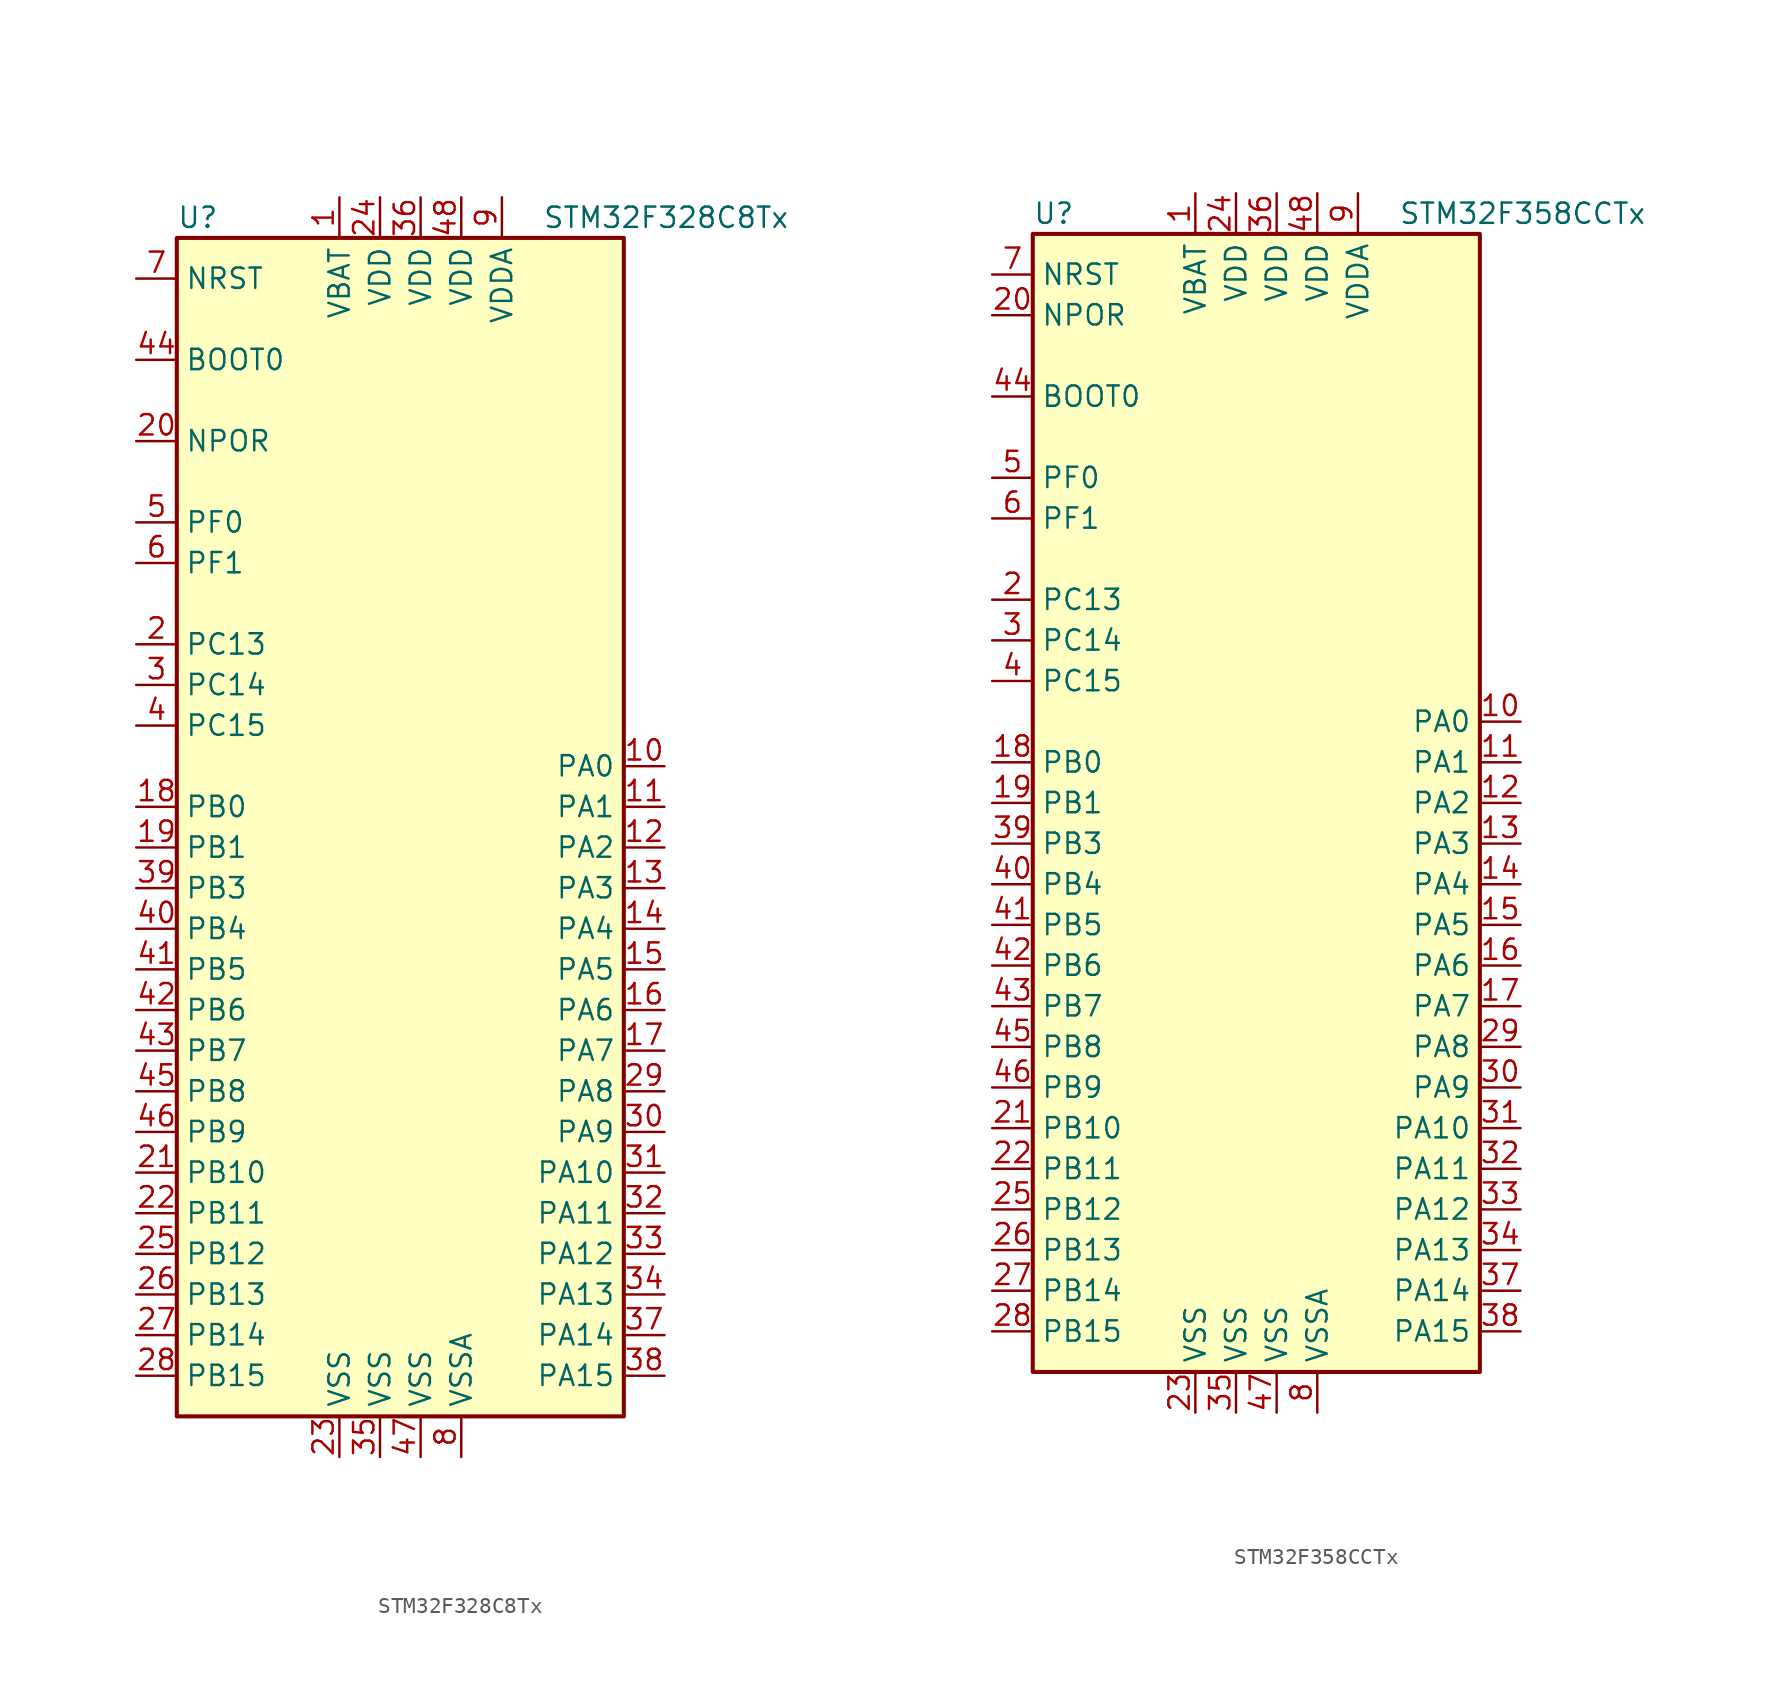
<source format=kicad_sym>
(kicad_symbol_lib
  (version 20201005)
  (generator kicad_symbol_editor)
  (symbol "STM32F328C8Tx"
    (property "Reference" "U"
      (at -15.24 36.83 0)
      (effects (font (size 1.27 1.27)) (justify left)))
    (property "Value" "STM32F328C8Tx"
      (at 7.62 36.83 0)
      (effects (font (size 1.27 1.27)) (justify left)))
    (symbol "STM32F328C8Tx_0_1"
      (rectangle (start -15.24 -38.1) (end 12.7 35.56) (stroke (width 0.254)) (fill (type background))))
    (symbol "STM32F328C8Tx_1_1"
      (pin input line (at -17.78 27.94 0) (length 2.54) (name "BOOT0" (effects (font (size 1.27 1.27)))) (number "44" (effects (font (size 1.27 1.27)))))
      (pin power_in line (at -17.78 22.86 0) (length 2.54) (name "NPOR" (effects (font (size 1.27 1.27)))) (number "20" (effects (font (size 1.27 1.27)))))
      (pin input line (at -17.78 33.02 0) (length 2.54) (name "NRST" (effects (font (size 1.27 1.27)))) (number "7" (effects (font (size 1.27 1.27)))))
      (pin bidirectional line (at 15.24 2.54 180) (length 2.54) (name "PA0" (effects (font (size 1.27 1.27)))) (number "10" (effects (font (size 1.27 1.27)))))
      (pin bidirectional line (at 15.24 0 180) (length 2.54) (name "PA1" (effects (font (size 1.27 1.27)))) (number "11" (effects (font (size 1.27 1.27)))))
      (pin bidirectional line (at 15.24 -22.86 180) (length 2.54) (name "PA10" (effects (font (size 1.27 1.27)))) (number "31" (effects (font (size 1.27 1.27)))))
      (pin bidirectional line (at 15.24 -25.4 180) (length 2.54) (name "PA11" (effects (font (size 1.27 1.27)))) (number "32" (effects (font (size 1.27 1.27)))))
      (pin bidirectional line (at 15.24 -27.94 180) (length 2.54) (name "PA12" (effects (font (size 1.27 1.27)))) (number "33" (effects (font (size 1.27 1.27)))))
      (pin bidirectional line (at 15.24 -30.48 180) (length 2.54) (name "PA13" (effects (font (size 1.27 1.27)))) (number "34" (effects (font (size 1.27 1.27)))))
      (pin bidirectional line (at 15.24 -33.02 180) (length 2.54) (name "PA14" (effects (font (size 1.27 1.27)))) (number "37" (effects (font (size 1.27 1.27)))))
      (pin bidirectional line (at 15.24 -35.56 180) (length 2.54) (name "PA15" (effects (font (size 1.27 1.27)))) (number "38" (effects (font (size 1.27 1.27)))))
      (pin bidirectional line (at 15.24 -2.54 180) (length 2.54) (name "PA2" (effects (font (size 1.27 1.27)))) (number "12" (effects (font (size 1.27 1.27)))))
      (pin bidirectional line (at 15.24 -5.08 180) (length 2.54) (name "PA3" (effects (font (size 1.27 1.27)))) (number "13" (effects (font (size 1.27 1.27)))))
      (pin bidirectional line (at 15.24 -7.62 180) (length 2.54) (name "PA4" (effects (font (size 1.27 1.27)))) (number "14" (effects (font (size 1.27 1.27)))))
      (pin bidirectional line (at 15.24 -10.16 180) (length 2.54) (name "PA5" (effects (font (size 1.27 1.27)))) (number "15" (effects (font (size 1.27 1.27)))))
      (pin bidirectional line (at 15.24 -12.7 180) (length 2.54) (name "PA6" (effects (font (size 1.27 1.27)))) (number "16" (effects (font (size 1.27 1.27)))))
      (pin bidirectional line (at 15.24 -15.24 180) (length 2.54) (name "PA7" (effects (font (size 1.27 1.27)))) (number "17" (effects (font (size 1.27 1.27)))))
      (pin bidirectional line (at 15.24 -17.78 180) (length 2.54) (name "PA8" (effects (font (size 1.27 1.27)))) (number "29" (effects (font (size 1.27 1.27)))))
      (pin bidirectional line (at 15.24 -20.32 180) (length 2.54) (name "PA9" (effects (font (size 1.27 1.27)))) (number "30" (effects (font (size 1.27 1.27)))))
      (pin bidirectional line (at -17.78 0 0) (length 2.54) (name "PB0" (effects (font (size 1.27 1.27)))) (number "18" (effects (font (size 1.27 1.27)))))
      (pin bidirectional line (at -17.78 -2.54 0) (length 2.54) (name "PB1" (effects (font (size 1.27 1.27)))) (number "19" (effects (font (size 1.27 1.27)))))
      (pin bidirectional line (at -17.78 -22.86 0) (length 2.54) (name "PB10" (effects (font (size 1.27 1.27)))) (number "21" (effects (font (size 1.27 1.27)))))
      (pin bidirectional line (at -17.78 -25.4 0) (length 2.54) (name "PB11" (effects (font (size 1.27 1.27)))) (number "22" (effects (font (size 1.27 1.27)))))
      (pin bidirectional line (at -17.78 -27.94 0) (length 2.54) (name "PB12" (effects (font (size 1.27 1.27)))) (number "25" (effects (font (size 1.27 1.27)))))
      (pin bidirectional line (at -17.78 -30.48 0) (length 2.54) (name "PB13" (effects (font (size 1.27 1.27)))) (number "26" (effects (font (size 1.27 1.27)))))
      (pin bidirectional line (at -17.78 -33.02 0) (length 2.54) (name "PB14" (effects (font (size 1.27 1.27)))) (number "27" (effects (font (size 1.27 1.27)))))
      (pin bidirectional line (at -17.78 -35.56 0) (length 2.54) (name "PB15" (effects (font (size 1.27 1.27)))) (number "28" (effects (font (size 1.27 1.27)))))
      (pin bidirectional line (at -17.78 -5.08 0) (length 2.54) (name "PB3" (effects (font (size 1.27 1.27)))) (number "39" (effects (font (size 1.27 1.27)))))
      (pin bidirectional line (at -17.78 -7.62 0) (length 2.54) (name "PB4" (effects (font (size 1.27 1.27)))) (number "40" (effects (font (size 1.27 1.27)))))
      (pin bidirectional line (at -17.78 -10.16 0) (length 2.54) (name "PB5" (effects (font (size 1.27 1.27)))) (number "41" (effects (font (size 1.27 1.27)))))
      (pin bidirectional line (at -17.78 -12.7 0) (length 2.54) (name "PB6" (effects (font (size 1.27 1.27)))) (number "42" (effects (font (size 1.27 1.27)))))
      (pin bidirectional line (at -17.78 -15.24 0) (length 2.54) (name "PB7" (effects (font (size 1.27 1.27)))) (number "43" (effects (font (size 1.27 1.27)))))
      (pin bidirectional line (at -17.78 -17.78 0) (length 2.54) (name "PB8" (effects (font (size 1.27 1.27)))) (number "45" (effects (font (size 1.27 1.27)))))
      (pin bidirectional line (at -17.78 -20.32 0) (length 2.54) (name "PB9" (effects (font (size 1.27 1.27)))) (number "46" (effects (font (size 1.27 1.27)))))
      (pin bidirectional line (at -17.78 10.16 0) (length 2.54) (name "PC13" (effects (font (size 1.27 1.27)))) (number "2" (effects (font (size 1.27 1.27)))))
      (pin bidirectional line (at -17.78 7.62 0) (length 2.54) (name "PC14" (effects (font (size 1.27 1.27)))) (number "3" (effects (font (size 1.27 1.27)))))
      (pin bidirectional line (at -17.78 5.08 0) (length 2.54) (name "PC15" (effects (font (size 1.27 1.27)))) (number "4" (effects (font (size 1.27 1.27)))))
      (pin input line (at -17.78 17.78 0) (length 2.54) (name "PF0" (effects (font (size 1.27 1.27)))) (number "5" (effects (font (size 1.27 1.27)))))
      (pin input line (at -17.78 15.24 0) (length 2.54) (name "PF1" (effects (font (size 1.27 1.27)))) (number "6" (effects (font (size 1.27 1.27)))))
      (pin power_in line (at -5.08 38.1 270) (length 2.54) (name "VBAT" (effects (font (size 1.27 1.27)))) (number "1" (effects (font (size 1.27 1.27)))))
      (pin power_in line (at -2.54 38.1 270) (length 2.54) (name "VDD" (effects (font (size 1.27 1.27)))) (number "24" (effects (font (size 1.27 1.27)))))
      (pin power_in line (at 0 38.1 270) (length 2.54) (name "VDD" (effects (font (size 1.27 1.27)))) (number "36" (effects (font (size 1.27 1.27)))))
      (pin power_in line (at 2.54 38.1 270) (length 2.54) (name "VDD" (effects (font (size 1.27 1.27)))) (number "48" (effects (font (size 1.27 1.27)))))
      (pin power_in line (at 5.08 38.1 270) (length 2.54) (name "VDDA" (effects (font (size 1.27 1.27)))) (number "9" (effects (font (size 1.27 1.27)))))
      (pin power_in line (at -5.08 -40.64 90) (length 2.54) (name "VSS" (effects (font (size 1.27 1.27)))) (number "23" (effects (font (size 1.27 1.27)))))
      (pin power_in line (at -2.54 -40.64 90) (length 2.54) (name "VSS" (effects (font (size 1.27 1.27)))) (number "35" (effects (font (size 1.27 1.27)))))
      (pin power_in line (at 0 -40.64 90) (length 2.54) (name "VSS" (effects (font (size 1.27 1.27)))) (number "47" (effects (font (size 1.27 1.27)))))
      (pin power_in line (at 2.54 -40.64 90) (length 2.54) (name "VSSA" (effects (font (size 1.27 1.27)))) (number "8" (effects (font (size 1.27 1.27)))))))
  (symbol "STM32F358CCTx"
    (property "Reference" "U"
      (at -15.24 36.83 0)
      (effects (font (size 1.27 1.27)) (justify left)))
    (property "Value" "STM32F358CCTx"
      (at 7.62 36.83 0)
      (effects (font (size 1.27 1.27)) (justify left)))
    (symbol "STM32F358CCTx_0_1"
      (rectangle (start -15.24 -35.56) (end 12.7 35.56) (stroke (width 0.254)) (fill (type background))))
    (symbol "STM32F358CCTx_1_1"
      (pin input line (at -17.78 25.4 0) (length 2.54) (name "BOOT0" (effects (font (size 1.27 1.27)))) (number "44" (effects (font (size 1.27 1.27)))))
      (pin input line (at -17.78 30.48 0) (length 2.54) (name "NPOR" (effects (font (size 1.27 1.27)))) (number "20" (effects (font (size 1.27 1.27)))))
      (pin input line (at -17.78 33.02 0) (length 2.54) (name "NRST" (effects (font (size 1.27 1.27)))) (number "7" (effects (font (size 1.27 1.27)))))
      (pin bidirectional line (at 15.24 5.08 180) (length 2.54) (name "PA0" (effects (font (size 1.27 1.27)))) (number "10" (effects (font (size 1.27 1.27)))))
      (pin bidirectional line (at 15.24 2.54 180) (length 2.54) (name "PA1" (effects (font (size 1.27 1.27)))) (number "11" (effects (font (size 1.27 1.27)))))
      (pin bidirectional line (at 15.24 -20.32 180) (length 2.54) (name "PA10" (effects (font (size 1.27 1.27)))) (number "31" (effects (font (size 1.27 1.27)))))
      (pin bidirectional line (at 15.24 -22.86 180) (length 2.54) (name "PA11" (effects (font (size 1.27 1.27)))) (number "32" (effects (font (size 1.27 1.27)))))
      (pin bidirectional line (at 15.24 -25.4 180) (length 2.54) (name "PA12" (effects (font (size 1.27 1.27)))) (number "33" (effects (font (size 1.27 1.27)))))
      (pin bidirectional line (at 15.24 -27.94 180) (length 2.54) (name "PA13" (effects (font (size 1.27 1.27)))) (number "34" (effects (font (size 1.27 1.27)))))
      (pin bidirectional line (at 15.24 -30.48 180) (length 2.54) (name "PA14" (effects (font (size 1.27 1.27)))) (number "37" (effects (font (size 1.27 1.27)))))
      (pin bidirectional line (at 15.24 -33.02 180) (length 2.54) (name "PA15" (effects (font (size 1.27 1.27)))) (number "38" (effects (font (size 1.27 1.27)))))
      (pin bidirectional line (at 15.24 0 180) (length 2.54) (name "PA2" (effects (font (size 1.27 1.27)))) (number "12" (effects (font (size 1.27 1.27)))))
      (pin bidirectional line (at 15.24 -2.54 180) (length 2.54) (name "PA3" (effects (font (size 1.27 1.27)))) (number "13" (effects (font (size 1.27 1.27)))))
      (pin bidirectional line (at 15.24 -5.08 180) (length 2.54) (name "PA4" (effects (font (size 1.27 1.27)))) (number "14" (effects (font (size 1.27 1.27)))))
      (pin bidirectional line (at 15.24 -7.62 180) (length 2.54) (name "PA5" (effects (font (size 1.27 1.27)))) (number "15" (effects (font (size 1.27 1.27)))))
      (pin bidirectional line (at 15.24 -10.16 180) (length 2.54) (name "PA6" (effects (font (size 1.27 1.27)))) (number "16" (effects (font (size 1.27 1.27)))))
      (pin bidirectional line (at 15.24 -12.7 180) (length 2.54) (name "PA7" (effects (font (size 1.27 1.27)))) (number "17" (effects (font (size 1.27 1.27)))))
      (pin bidirectional line (at 15.24 -15.24 180) (length 2.54) (name "PA8" (effects (font (size 1.27 1.27)))) (number "29" (effects (font (size 1.27 1.27)))))
      (pin bidirectional line (at 15.24 -17.78 180) (length 2.54) (name "PA9" (effects (font (size 1.27 1.27)))) (number "30" (effects (font (size 1.27 1.27)))))
      (pin bidirectional line (at -17.78 2.54 0) (length 2.54) (name "PB0" (effects (font (size 1.27 1.27)))) (number "18" (effects (font (size 1.27 1.27)))))
      (pin bidirectional line (at -17.78 0 0) (length 2.54) (name "PB1" (effects (font (size 1.27 1.27)))) (number "19" (effects (font (size 1.27 1.27)))))
      (pin bidirectional line (at -17.78 -20.32 0) (length 2.54) (name "PB10" (effects (font (size 1.27 1.27)))) (number "21" (effects (font (size 1.27 1.27)))))
      (pin bidirectional line (at -17.78 -22.86 0) (length 2.54) (name "PB11" (effects (font (size 1.27 1.27)))) (number "22" (effects (font (size 1.27 1.27)))))
      (pin bidirectional line (at -17.78 -25.4 0) (length 2.54) (name "PB12" (effects (font (size 1.27 1.27)))) (number "25" (effects (font (size 1.27 1.27)))))
      (pin bidirectional line (at -17.78 -27.94 0) (length 2.54) (name "PB13" (effects (font (size 1.27 1.27)))) (number "26" (effects (font (size 1.27 1.27)))))
      (pin bidirectional line (at -17.78 -30.48 0) (length 2.54) (name "PB14" (effects (font (size 1.27 1.27)))) (number "27" (effects (font (size 1.27 1.27)))))
      (pin bidirectional line (at -17.78 -33.02 0) (length 2.54) (name "PB15" (effects (font (size 1.27 1.27)))) (number "28" (effects (font (size 1.27 1.27)))))
      (pin bidirectional line (at -17.78 -2.54 0) (length 2.54) (name "PB3" (effects (font (size 1.27 1.27)))) (number "39" (effects (font (size 1.27 1.27)))))
      (pin bidirectional line (at -17.78 -5.08 0) (length 2.54) (name "PB4" (effects (font (size 1.27 1.27)))) (number "40" (effects (font (size 1.27 1.27)))))
      (pin bidirectional line (at -17.78 -7.62 0) (length 2.54) (name "PB5" (effects (font (size 1.27 1.27)))) (number "41" (effects (font (size 1.27 1.27)))))
      (pin bidirectional line (at -17.78 -10.16 0) (length 2.54) (name "PB6" (effects (font (size 1.27 1.27)))) (number "42" (effects (font (size 1.27 1.27)))))
      (pin bidirectional line (at -17.78 -12.7 0) (length 2.54) (name "PB7" (effects (font (size 1.27 1.27)))) (number "43" (effects (font (size 1.27 1.27)))))
      (pin bidirectional line (at -17.78 -15.24 0) (length 2.54) (name "PB8" (effects (font (size 1.27 1.27)))) (number "45" (effects (font (size 1.27 1.27)))))
      (pin bidirectional line (at -17.78 -17.78 0) (length 2.54) (name "PB9" (effects (font (size 1.27 1.27)))) (number "46" (effects (font (size 1.27 1.27)))))
      (pin bidirectional line (at -17.78 12.7 0) (length 2.54) (name "PC13" (effects (font (size 1.27 1.27)))) (number "2" (effects (font (size 1.27 1.27)))))
      (pin bidirectional line (at -17.78 10.16 0) (length 2.54) (name "PC14" (effects (font (size 1.27 1.27)))) (number "3" (effects (font (size 1.27 1.27)))))
      (pin bidirectional line (at -17.78 7.62 0) (length 2.54) (name "PC15" (effects (font (size 1.27 1.27)))) (number "4" (effects (font (size 1.27 1.27)))))
      (pin input line (at -17.78 20.32 0) (length 2.54) (name "PF0" (effects (font (size 1.27 1.27)))) (number "5" (effects (font (size 1.27 1.27)))))
      (pin input line (at -17.78 17.78 0) (length 2.54) (name "PF1" (effects (font (size 1.27 1.27)))) (number "6" (effects (font (size 1.27 1.27)))))
      (pin power_in line (at -5.08 38.1 270) (length 2.54) (name "VBAT" (effects (font (size 1.27 1.27)))) (number "1" (effects (font (size 1.27 1.27)))))
      (pin power_in line (at -2.54 38.1 270) (length 2.54) (name "VDD" (effects (font (size 1.27 1.27)))) (number "24" (effects (font (size 1.27 1.27)))))
      (pin power_in line (at 0 38.1 270) (length 2.54) (name "VDD" (effects (font (size 1.27 1.27)))) (number "36" (effects (font (size 1.27 1.27)))))
      (pin power_in line (at 2.54 38.1 270) (length 2.54) (name "VDD" (effects (font (size 1.27 1.27)))) (number "48" (effects (font (size 1.27 1.27)))))
      (pin power_in line (at 5.08 38.1 270) (length 2.54) (name "VDDA" (effects (font (size 1.27 1.27)))) (number "9" (effects (font (size 1.27 1.27)))))
      (pin power_in line (at -5.08 -38.1 90) (length 2.54) (name "VSS" (effects (font (size 1.27 1.27)))) (number "23" (effects (font (size 1.27 1.27)))))
      (pin power_in line (at -2.54 -38.1 90) (length 2.54) (name "VSS" (effects (font (size 1.27 1.27)))) (number "35" (effects (font (size 1.27 1.27)))))
      (pin power_in line (at 0 -38.1 90) (length 2.54) (name "VSS" (effects (font (size 1.27 1.27)))) (number "47" (effects (font (size 1.27 1.27)))))
      (pin power_in line (at 2.54 -38.1 90) (length 2.54) (name "VSSA" (effects (font (size 1.27 1.27)))) (number "8" (effects (font (size 1.27 1.27))))))))
</source>
